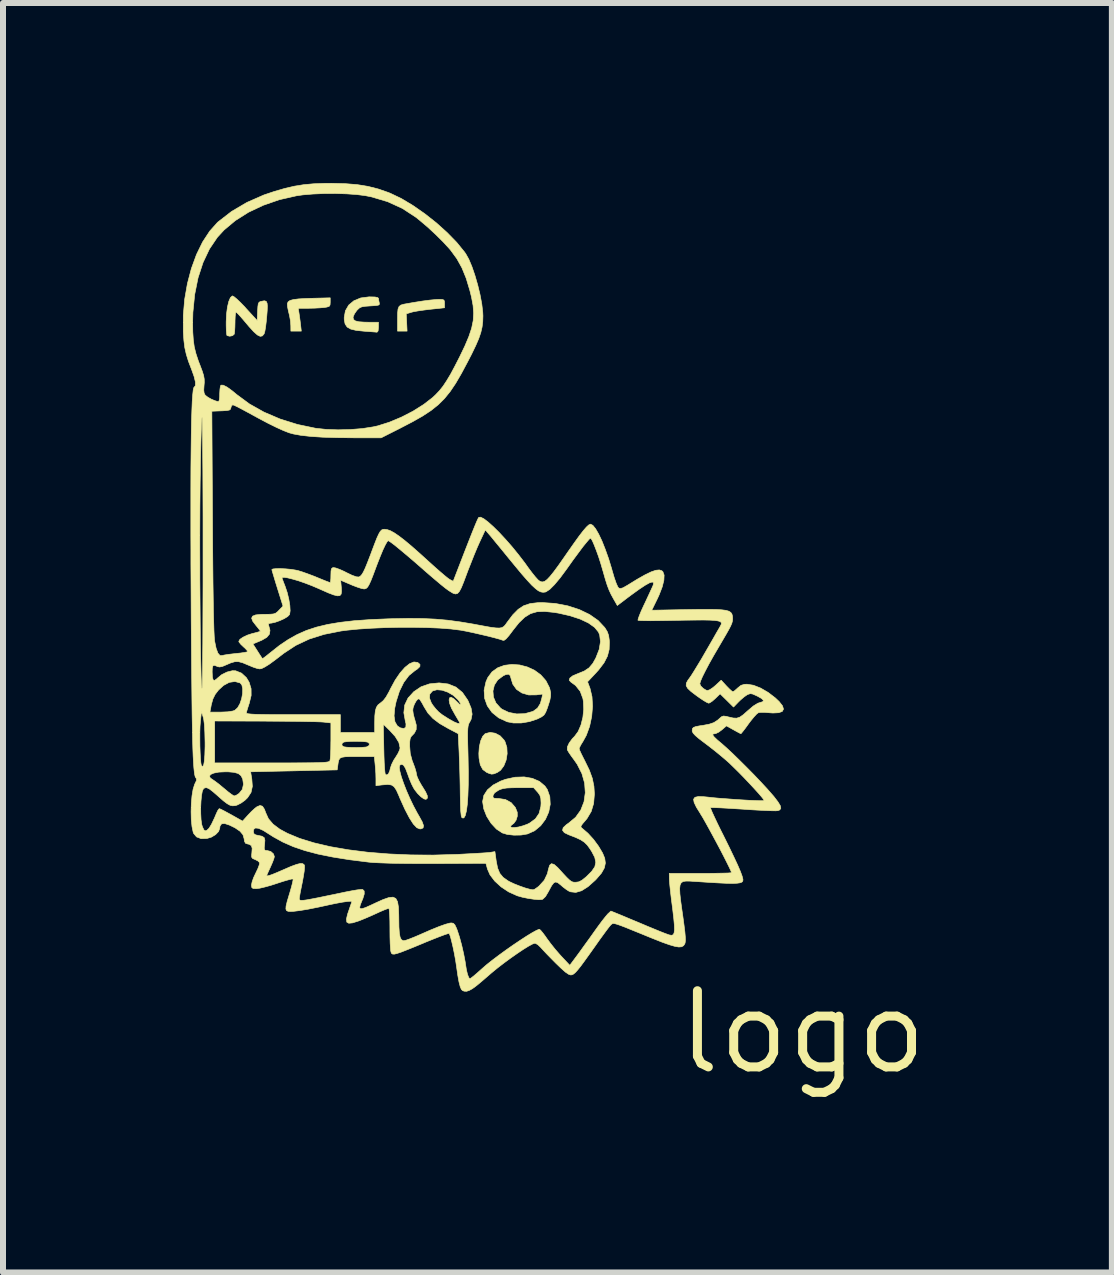
<source format=kicad_pcb>
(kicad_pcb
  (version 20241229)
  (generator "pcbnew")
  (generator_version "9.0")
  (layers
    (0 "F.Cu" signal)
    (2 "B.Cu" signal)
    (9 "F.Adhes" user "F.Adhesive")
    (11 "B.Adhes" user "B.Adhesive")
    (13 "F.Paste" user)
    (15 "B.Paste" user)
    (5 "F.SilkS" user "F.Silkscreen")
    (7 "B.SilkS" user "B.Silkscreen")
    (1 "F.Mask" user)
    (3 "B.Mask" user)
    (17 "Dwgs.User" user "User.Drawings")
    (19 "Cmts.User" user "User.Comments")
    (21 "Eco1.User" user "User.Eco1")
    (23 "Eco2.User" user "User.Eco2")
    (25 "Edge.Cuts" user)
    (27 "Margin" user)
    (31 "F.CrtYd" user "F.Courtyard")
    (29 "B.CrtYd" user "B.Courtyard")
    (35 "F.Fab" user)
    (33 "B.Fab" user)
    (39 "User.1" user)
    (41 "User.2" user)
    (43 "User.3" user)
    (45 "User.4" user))
  (footprint "logo"
    (layer "F.Cu")
    (at 10.328 14.153)
    (property "Reference" "logo" (at 0 0 0) (layer "F.SilkS") (effects (font (size 1.27 1.27) (thickness 0.15))))
    (attr through_hole)
    (fp_poly (pts (xy -5.123 -4.982) (xy -5.041 -4.938) (xy -4.975 -4.866) (xy -4.96 -4.84) (xy -4.93 -4.746) (xy -4.925 -4.641) (xy -4.942 -4.535) (xy -4.98 -4.439) (xy -5.035 -4.365) (xy -5.091 -4.327) (xy -5.146 -4.305) (xy -5.184 -4.3) (xy -5.226 -4.312) (xy -5.266 -4.329) (xy -5.331 -4.377) (xy -5.373 -4.455) (xy -5.394 -4.568) (xy -5.397 -4.645) (xy -5.389 -4.756) (xy -5.367 -4.854) (xy -5.333 -4.93) (xy -5.292 -4.974) (xy -5.291 -4.975) (xy -5.209 -4.996) (xy -5.123 -4.982)) (stroke (width 0.01) (type solid)) (fill yes) (layer "F.SilkS"))
    (fp_poly (pts (xy -6.009 -12.212) (xy -5.979 -12.202) (xy -5.97 -12.177) (xy -5.969 -12.143) (xy -5.969 -12.073) (xy -6.207 -12.048) (xy -6.312 -12.035) (xy -6.41 -12.021) (xy -6.488 -12.007) (xy -6.526 -11.997) (xy -6.607 -11.972) (xy -6.6 -11.828) (xy -6.593 -11.684) (xy -6.752 -11.684) (xy -6.752 -11.882) (xy -6.751 -11.985) (xy -6.744 -12.052) (xy -6.727 -12.094) (xy -6.698 -12.118) (xy -6.652 -12.132) (xy -6.636 -12.135) (xy -6.477 -12.163) (xy -6.331 -12.186) (xy -6.206 -12.202) (xy -6.11 -12.211) (xy -6.07 -12.213) (xy -6.009 -12.212)) (stroke (width 0.01) (type solid)) (fill yes) (layer "F.SilkS"))
    (fp_poly (pts (xy -7.874 -12.165) (xy -7.877 -12.12) (xy -7.892 -12.097) (xy -7.93 -12.085) (xy -7.972 -12.078) (xy -8.043 -12.072) (xy -8.137 -12.067) (xy -8.234 -12.065) (xy -8.239 -12.065) (xy -8.408 -12.065) (xy -8.396 -11.996) (xy -8.387 -11.935) (xy -8.376 -11.855) (xy -8.37 -11.806) (xy -8.356 -11.684) (xy -8.53 -11.684) (xy -8.531 -11.774) (xy -8.537 -11.856) (xy -8.552 -11.94) (xy -8.554 -11.949) (xy -8.572 -12.022) (xy -8.586 -12.092) (xy -8.587 -12.1) (xy -8.589 -12.141) (xy -8.576 -12.172) (xy -8.544 -12.195) (xy -8.488 -12.21) (xy -8.402 -12.221) (xy -8.282 -12.228) (xy -8.186 -12.231) (xy -7.874 -12.239) (xy -7.874 -12.165)) (stroke (width 0.01) (type solid)) (fill yes) (layer "F.SilkS"))
    (fp_poly (pts (xy -7.128 -12.253) (xy -7.082 -12.243) (xy -7.069 -12.229) (xy -7.064 -12.188) (xy -7.057 -12.157) (xy -7.054 -12.134) (xy -7.064 -12.12) (xy -7.096 -12.112) (xy -7.158 -12.107) (xy -7.208 -12.104) (xy -7.292 -12.098) (xy -7.346 -12.089) (xy -7.384 -12.073) (xy -7.416 -12.044) (xy -7.432 -12.027) (xy -7.47 -11.973) (xy -7.492 -11.921) (xy -7.493 -11.909) (xy -7.484 -11.876) (xy -7.454 -11.854) (xy -7.397 -11.84) (xy -7.308 -11.834) (xy -7.215 -11.832) (xy -7.07 -11.832) (xy -7.07 -11.748) (xy -7.076 -11.687) (xy -7.094 -11.666) (xy -7.096 -11.666) (xy -7.128 -11.669) (xy -7.191 -11.674) (xy -7.274 -11.68) (xy -7.313 -11.683) (xy -7.441 -11.696) (xy -7.532 -11.718) (xy -7.592 -11.752) (xy -7.626 -11.803) (xy -7.64 -11.873) (xy -7.641 -11.91) (xy -7.621 -12.023) (xy -7.566 -12.118) (xy -7.48 -12.19) (xy -7.366 -12.237) (xy -7.229 -12.255) (xy -7.213 -12.255) (xy -7.128 -12.253)) (stroke (width 0.01) (type solid)) (fill yes) (layer "F.SilkS"))
    (fp_poly (pts (xy -9.478 -12.258) (xy -9.431 -12.219) (xy -9.369 -12.16) (xy -9.297 -12.086) (xy -9.282 -12.068) (xy -9.091 -11.86) (xy -9.085 -12.013) (xy -9.08 -12.094) (xy -9.073 -12.141) (xy -9.059 -12.166) (xy -9.036 -12.178) (xy -9.032 -12.179) (xy -8.973 -12.19) (xy -8.942 -12.181) (xy -8.926 -12.149) (xy -8.926 -12.149) (xy -8.922 -12.105) (xy -8.924 -12.032) (xy -8.931 -11.941) (xy -8.94 -11.845) (xy -8.951 -11.755) (xy -8.963 -11.683) (xy -8.975 -11.641) (xy -8.976 -11.639) (xy -9.005 -11.604) (xy -9.041 -11.597) (xy -9.088 -11.62) (xy -9.149 -11.674) (xy -9.229 -11.762) (xy -9.261 -11.8) (xy -9.326 -11.877) (xy -9.382 -11.941) (xy -9.423 -11.984) (xy -9.444 -12.001) (xy -9.444 -12.002) (xy -9.452 -11.982) (xy -9.458 -11.93) (xy -9.461 -11.856) (xy -9.461 -11.834) (xy -9.463 -11.75) (xy -9.467 -11.68) (xy -9.473 -11.637) (xy -9.474 -11.633) (xy -9.503 -11.608) (xy -9.549 -11.599) (xy -9.59 -11.609) (xy -9.596 -11.613) (xy -9.601 -11.639) (xy -9.606 -11.698) (xy -9.608 -11.779) (xy -9.608 -11.841) (xy -9.602 -11.971) (xy -9.587 -12.086) (xy -9.565 -12.178) (xy -9.538 -12.242) (xy -9.506 -12.271) (xy -9.504 -12.271) (xy -9.478 -12.258)) (stroke (width 0.01) (type solid)) (fill yes) (layer "F.SilkS"))
    (fp_poly (pts (xy -4.717 -6.12) (xy -4.59 -6.087) (xy -4.47 -6.032) (xy -4.365 -5.955) (xy -4.28 -5.859) (xy -4.221 -5.744) (xy -4.212 -5.713) (xy -4.2 -5.655) (xy -4.201 -5.598) (xy -4.214 -5.529) (xy -4.243 -5.438) (xy -4.258 -5.394) (xy -4.284 -5.328) (xy -4.311 -5.286) (xy -4.351 -5.255) (xy -4.417 -5.222) (xy -4.426 -5.218) (xy -4.553 -5.176) (xy -4.691 -5.153) (xy -4.823 -5.153) (xy -4.925 -5.173) (xy -5.066 -5.238) (xy -5.177 -5.328) (xy -5.256 -5.439) (xy -5.301 -5.565) (xy -5.308 -5.686) (xy -5.162 -5.686) (xy -5.154 -5.585) (xy -5.112 -5.487) (xy -5.037 -5.403) (xy -5.01 -5.382) (xy -4.898 -5.329) (xy -4.767 -5.304) (xy -4.632 -5.308) (xy -4.506 -5.343) (xy -4.487 -5.351) (xy -4.419 -5.401) (xy -4.372 -5.477) (xy -4.347 -5.567) (xy -4.333 -5.635) (xy -4.439 -5.621) (xy -4.567 -5.62) (xy -4.678 -5.652) (xy -4.769 -5.713) (xy -4.831 -5.8) (xy -4.857 -5.883) (xy -4.874 -5.943) (xy -4.903 -5.967) (xy -4.951 -5.958) (xy -4.991 -5.939) (xy -5.081 -5.872) (xy -5.138 -5.785) (xy -5.162 -5.686) (xy -5.308 -5.686) (xy -5.309 -5.7) (xy -5.278 -5.84) (xy -5.248 -5.909) (xy -5.177 -6.005) (xy -5.082 -6.073) (xy -4.97 -6.114) (xy -4.846 -6.129) (xy -4.717 -6.12)) (stroke (width 0.01) (type solid)) (fill yes) (layer "F.SilkS"))
    (fp_poly (pts (xy -4.505 -4.23) (xy -4.387 -4.179) (xy -4.296 -4.102) (xy -4.256 -4.045) (xy -4.214 -3.925) (xy -4.207 -3.797) (xy -4.232 -3.669) (xy -4.286 -3.548) (xy -4.366 -3.441) (xy -4.467 -3.357) (xy -4.587 -3.303) (xy -4.588 -3.303) (xy -4.694 -3.285) (xy -4.812 -3.283) (xy -4.923 -3.295) (xy -5.006 -3.32) (xy -5.104 -3.385) (xy -5.193 -3.481) (xy -5.266 -3.597) (xy -5.315 -3.721) (xy -5.334 -3.842) (xy -5.334 -3.845) (xy -5.32 -3.913) (xy -5.161 -3.913) (xy -5.143 -3.899) (xy -5.098 -3.895) (xy -5.07 -3.895) (xy -4.954 -3.877) (xy -4.858 -3.825) (xy -4.789 -3.745) (xy -4.757 -3.666) (xy -4.756 -3.599) (xy -4.777 -3.531) (xy -4.814 -3.48) (xy -4.828 -3.47) (xy -4.861 -3.443) (xy -4.868 -3.425) (xy -4.85 -3.411) (xy -4.803 -3.41) (xy -4.737 -3.419) (xy -4.662 -3.439) (xy -4.59 -3.465) (xy -4.553 -3.483) (xy -4.454 -3.555) (xy -4.392 -3.647) (xy -4.363 -3.763) (xy -4.36 -3.818) (xy -4.364 -3.894) (xy -4.379 -3.946) (xy -4.411 -3.993) (xy -4.422 -4.005) (xy -4.484 -4.075) (xy -4.734 -4.075) (xy -4.85 -4.073) (xy -4.932 -4.069) (xy -4.993 -4.06) (xy -5.041 -4.045) (xy -5.069 -4.032) (xy -5.135 -3.988) (xy -5.161 -3.942) (xy -5.161 -3.913) (xy -5.32 -3.913) (xy -5.314 -3.945) (xy -5.254 -4.038) (xy -5.159 -4.119) (xy -5.032 -4.185) (xy -4.953 -4.214) (xy -4.793 -4.249) (xy -4.642 -4.254) (xy -4.505 -4.23)) (stroke (width 0.01) (type solid)) (fill yes) (layer "F.SilkS"))
    (fp_poly (pts (xy -7.624 -14.142) (xy -7.425 -14.126) (xy -7.246 -14.097) (xy -7.076 -14.054) (xy -6.903 -13.994) (xy -6.869 -13.98) (xy -6.689 -13.894) (xy -6.497 -13.779) (xy -6.3 -13.642) (xy -6.106 -13.489) (xy -5.926 -13.327) (xy -5.766 -13.163) (xy -5.636 -13.003) (xy -5.615 -12.973) (xy -5.564 -12.882) (xy -5.512 -12.758) (xy -5.462 -12.612) (xy -5.416 -12.453) (xy -5.377 -12.292) (xy -5.348 -12.137) (xy -5.332 -12) (xy -5.329 -11.938) (xy -5.332 -11.842) (xy -5.343 -11.752) (xy -5.364 -11.661) (xy -5.398 -11.561) (xy -5.448 -11.445) (xy -5.515 -11.306) (xy -5.582 -11.176) (xy -5.687 -10.979) (xy -5.783 -10.814) (xy -5.876 -10.676) (xy -5.971 -10.559) (xy -6.075 -10.456) (xy -6.194 -10.361) (xy -6.334 -10.269) (xy -6.501 -10.174) (xy -6.701 -10.07) (xy -6.714 -10.063) (xy -7.025 -9.906) (xy -7.486 -9.906) (xy -7.763 -9.909) (xy -8 -9.916) (xy -8.199 -9.929) (xy -8.361 -9.947) (xy -8.488 -9.97) (xy -8.561 -9.99) (xy -8.655 -10.027) (xy -8.77 -10.079) (xy -8.91 -10.148) (xy -9.078 -10.237) (xy -9.252 -10.332) (xy -9.341 -10.38) (xy -9.417 -10.42) (xy -9.472 -10.446) (xy -9.499 -10.456) (xy -9.499 -10.456) (xy -9.52 -10.438) (xy -9.529 -10.409) (xy -9.536 -10.384) (xy -9.554 -10.369) (xy -9.594 -10.361) (xy -9.664 -10.356) (xy -9.691 -10.355) (xy -9.847 -10.349) (xy -9.836 -8.513) (xy -9.834 -8.13) (xy -9.831 -7.789) (xy -9.828 -7.489) (xy -9.824 -7.23) (xy -9.821 -7.011) (xy -9.816 -6.832) (xy -9.812 -6.693) (xy -9.807 -6.592) (xy -9.802 -6.529) (xy -9.801 -6.519) (xy -9.776 -6.398) (xy -9.746 -6.317) (xy -9.711 -6.277) (xy -9.677 -6.277) (xy -9.641 -6.285) (xy -9.574 -6.296) (xy -9.489 -6.306) (xy -9.453 -6.31) (xy -9.368 -6.319) (xy -9.3 -6.329) (xy -9.259 -6.338) (xy -9.252 -6.341) (xy -9.259 -6.361) (xy -9.292 -6.397) (xy -9.319 -6.421) (xy -9.365 -6.465) (xy -9.369 -6.47) (xy -9.162 -6.47) (xy -9.087 -6.352) (xy -9.048 -6.291) (xy -9.018 -6.245) (xy -9.005 -6.226) (xy -8.987 -6.235) (xy -8.945 -6.266) (xy -8.887 -6.313) (xy -8.865 -6.33) (xy -8.72 -6.445) (xy -8.576 -6.542) (xy -8.429 -6.625) (xy -8.274 -6.694) (xy -8.105 -6.75) (xy -7.919 -6.795) (xy -7.711 -6.83) (xy -7.476 -6.857) (xy -7.21 -6.876) (xy -6.907 -6.889) (xy -6.837 -6.891) (xy -6.572 -6.896) (xy -6.338 -6.894) (xy -6.124 -6.884) (xy -5.918 -6.866) (xy -5.71 -6.838) (xy -5.488 -6.801) (xy -5.452 -6.794) (xy -5.306 -6.767) (xy -5.195 -6.747) (xy -5.113 -6.737) (xy -5.055 -6.735) (xy -5.013 -6.742) (xy -4.982 -6.76) (xy -4.956 -6.787) (xy -4.929 -6.826) (xy -4.926 -6.83) (xy -4.831 -6.956) (xy -4.741 -7.047) (xy -4.648 -7.108) (xy -4.542 -7.143) (xy -4.415 -7.158) (xy -4.339 -7.16) (xy -4.122 -7.145) (xy -3.914 -7.105) (xy -3.722 -7.043) (xy -3.552 -6.961) (xy -3.409 -6.861) (xy -3.301 -6.746) (xy -3.293 -6.735) (xy -3.256 -6.674) (xy -3.234 -6.612) (xy -3.223 -6.533) (xy -3.221 -6.499) (xy -3.225 -6.378) (xy -3.254 -6.266) (xy -3.311 -6.155) (xy -3.401 -6.037) (xy -3.451 -5.982) (xy -3.585 -5.839) (xy -3.544 -5.73) (xy -3.511 -5.591) (xy -3.502 -5.431) (xy -3.516 -5.262) (xy -3.551 -5.096) (xy -3.606 -4.946) (xy -3.661 -4.846) (xy -3.697 -4.788) (xy -3.72 -4.742) (xy -3.725 -4.725) (xy -3.716 -4.696) (xy -3.69 -4.639) (xy -3.653 -4.565) (xy -3.632 -4.524) (xy -3.556 -4.368) (xy -3.506 -4.231) (xy -3.479 -4.099) (xy -3.471 -3.969) (xy -3.484 -3.811) (xy -3.524 -3.678) (xy -3.594 -3.56) (xy -3.625 -3.523) (xy -3.672 -3.468) (xy -3.694 -3.435) (xy -3.694 -3.415) (xy -3.676 -3.398) (xy -3.671 -3.394) (xy -3.579 -3.315) (xy -3.486 -3.213) (xy -3.402 -3.099) (xy -3.335 -2.986) (xy -3.299 -2.899) (xy -3.288 -2.818) (xy -3.305 -2.737) (xy -3.353 -2.651) (xy -3.436 -2.554) (xy -3.458 -2.531) (xy -3.577 -2.425) (xy -3.684 -2.357) (xy -3.781 -2.329) (xy -3.87 -2.339) (xy -3.901 -2.353) (xy -3.944 -2.381) (xy -4.001 -2.425) (xy -4.028 -2.449) (xy -4.077 -2.488) (xy -4.115 -2.503) (xy -4.148 -2.488) (xy -4.183 -2.443) (xy -4.227 -2.362) (xy -4.235 -2.346) (xy -4.286 -2.26) (xy -4.332 -2.216) (xy -4.345 -2.211) (xy -4.399 -2.208) (xy -4.48 -2.215) (xy -4.575 -2.229) (xy -4.672 -2.249) (xy -4.757 -2.273) (xy -4.764 -2.276) (xy -4.901 -2.338) (xy -5.026 -2.421) (xy -5.132 -2.518) (xy -5.211 -2.622) (xy -5.253 -2.718) (xy -5.279 -2.814) (xy -6.137 -2.81) (xy -6.416 -2.81) (xy -6.659 -2.812) (xy -6.866 -2.815) (xy -7.035 -2.821) (xy -7.164 -2.827) (xy -7.228 -2.833) (xy -7.548 -2.873) (xy -7.83 -2.918) (xy -8.078 -2.968) (xy -8.297 -3.026) (xy -8.491 -3.092) (xy -8.664 -3.168) (xy -8.82 -3.254) (xy -8.883 -3.294) (xy -8.989 -3.361) (xy -9.068 -3.397) (xy -9.12 -3.403) (xy -9.148 -3.381) (xy -9.155 -3.345) (xy -9.147 -3.308) (xy -9.117 -3.288) (xy -9.08 -3.28) (xy -9.01 -3.265) (xy -8.974 -3.241) (xy -8.963 -3.198) (xy -8.968 -3.132) (xy -8.974 -3.07) (xy -8.97 -3.039) (xy -8.952 -3.028) (xy -8.926 -3.027) (xy -8.865 -3.011) (xy -8.82 -2.971) (xy -8.805 -2.925) (xy -8.814 -2.889) (xy -8.837 -2.828) (xy -8.869 -2.755) (xy -8.869 -2.755) (xy -8.9 -2.687) (xy -8.923 -2.636) (xy -8.932 -2.613) (xy -8.932 -2.612) (xy -8.924 -2.604) (xy -8.896 -2.609) (xy -8.843 -2.627) (xy -8.762 -2.66) (xy -8.649 -2.709) (xy -8.527 -2.762) (xy -8.437 -2.795) (xy -8.374 -2.811) (xy -8.334 -2.809) (xy -8.31 -2.792) (xy -8.303 -2.779) (xy -8.302 -2.745) (xy -8.308 -2.679) (xy -8.322 -2.592) (xy -8.337 -2.509) (xy -8.357 -2.411) (xy -8.374 -2.325) (xy -8.385 -2.261) (xy -8.389 -2.233) (xy -8.39 -2.218) (xy -8.387 -2.206) (xy -8.376 -2.199) (xy -8.353 -2.196) (xy -8.315 -2.198) (xy -8.257 -2.206) (xy -8.176 -2.221) (xy -8.068 -2.242) (xy -7.929 -2.271) (xy -7.755 -2.307) (xy -7.613 -2.337) (xy -7.514 -2.356) (xy -7.427 -2.371) (xy -7.364 -2.378) (xy -7.333 -2.378) (xy -7.308 -2.352) (xy -7.307 -2.302) (xy -7.331 -2.223) (xy -7.345 -2.191) (xy -7.372 -2.124) (xy -7.383 -2.08) (xy -7.375 -2.058) (xy -7.342 -2.058) (xy -7.282 -2.078) (xy -7.191 -2.119) (xy -7.123 -2.151) (xy -6.995 -2.209) (xy -6.898 -2.243) (xy -6.828 -2.25) (xy -6.781 -2.228) (xy -6.752 -2.174) (xy -6.737 -2.084) (xy -6.732 -1.957) (xy -6.731 -1.891) (xy -6.729 -1.752) (xy -6.722 -1.651) (xy -6.709 -1.582) (xy -6.689 -1.542) (xy -6.66 -1.525) (xy -6.647 -1.524) (xy -6.611 -1.532) (xy -6.547 -1.555) (xy -6.464 -1.588) (xy -6.387 -1.621) (xy -6.207 -1.7) (xy -6.062 -1.759) (xy -5.953 -1.798) (xy -5.878 -1.818) (xy -5.854 -1.82) (xy -5.822 -1.814) (xy -5.797 -1.789) (xy -5.771 -1.735) (xy -5.757 -1.699) (xy -5.72 -1.586) (xy -5.683 -1.449) (xy -5.65 -1.305) (xy -5.625 -1.174) (xy -5.619 -1.132) (xy -5.604 -1.038) (xy -5.585 -0.96) (xy -5.564 -0.908) (xy -5.546 -0.889) (xy -5.525 -0.903) (xy -5.479 -0.939) (xy -5.415 -0.994) (xy -5.341 -1.06) (xy -5.341 -1.06) (xy -5.265 -1.126) (xy -5.169 -1.202) (xy -5.059 -1.285) (xy -4.942 -1.37) (xy -4.822 -1.454) (xy -4.706 -1.532) (xy -4.6 -1.601) (xy -4.508 -1.657) (xy -4.437 -1.696) (xy -4.393 -1.714) (xy -4.387 -1.714) (xy -4.367 -1.698) (xy -4.331 -1.655) (xy -4.284 -1.592) (xy -4.266 -1.565) (xy -4.201 -1.477) (xy -4.122 -1.378) (xy -4.041 -1.285) (xy -4.022 -1.264) (xy -3.881 -1.114) (xy -3.764 -1.271) (xy -3.706 -1.35) (xy -3.633 -1.452) (xy -3.553 -1.562) (xy -3.477 -1.669) (xy -3.473 -1.675) (xy -3.406 -1.768) (xy -3.343 -1.853) (xy -3.29 -1.92) (xy -3.254 -1.963) (xy -3.248 -1.97) (xy -3.196 -2.018) (xy -3.053 -1.96) (xy -2.983 -1.931) (xy -2.884 -1.889) (xy -2.768 -1.841) (xy -2.647 -1.79) (xy -2.593 -1.767) (xy -2.481 -1.721) (xy -2.379 -1.679) (xy -2.295 -1.646) (xy -2.237 -1.625) (xy -2.218 -1.619) (xy -2.183 -1.614) (xy -2.158 -1.624) (xy -2.143 -1.652) (xy -2.136 -1.703) (xy -2.138 -1.781) (xy -2.148 -1.891) (xy -2.165 -2.037) (xy -2.171 -2.085) (xy -2.188 -2.214) (xy -2.202 -2.335) (xy -2.213 -2.439) (xy -2.22 -2.517) (xy -2.222 -2.556) (xy -2.223 -2.646) (xy -1.704 -2.646) (xy -1.561 -2.646) (xy -1.433 -2.648) (xy -1.326 -2.65) (xy -1.245 -2.652) (xy -1.197 -2.656) (xy -1.185 -2.658) (xy -1.195 -2.686) (xy -1.222 -2.744) (xy -1.263 -2.827) (xy -1.314 -2.928) (xy -1.373 -3.042) (xy -1.437 -3.162) (xy -1.501 -3.281) (xy -1.563 -3.395) (xy -1.619 -3.496) (xy -1.666 -3.579) (xy -1.702 -3.637) (xy -1.703 -3.64) (xy -1.771 -3.749) (xy -1.809 -3.829) (xy -1.818 -3.882) (xy -1.795 -3.914) (xy -1.739 -3.927) (xy -1.648 -3.924) (xy -1.584 -3.918) (xy -1.495 -3.908) (xy -1.385 -3.898) (xy -1.263 -3.889) (xy -1.134 -3.879) (xy -1.007 -3.871) (xy -0.889 -3.864) (xy -0.786 -3.86) (xy -0.706 -3.857) (xy -0.656 -3.857) (xy -0.642 -3.859) (xy -0.651 -3.879) (xy -0.685 -3.922) (xy -0.74 -3.986) (xy -0.81 -4.063) (xy -0.891 -4.15) (xy -0.977 -4.241) (xy -1.064 -4.33) (xy -1.148 -4.413) (xy -1.222 -4.485) (xy -1.268 -4.526) (xy -1.355 -4.6) (xy -1.461 -4.687) (xy -1.57 -4.772) (xy -1.635 -4.821) (xy -1.727 -4.891) (xy -1.788 -4.943) (xy -1.824 -4.982) (xy -1.84 -5.012) (xy -1.841 -5.026) (xy -1.838 -5.057) (xy -1.82 -5.078) (xy -1.781 -5.093) (xy -1.713 -5.106) (xy -1.662 -5.113) (xy -1.557 -5.133) (xy -1.48 -5.159) (xy -1.418 -5.199) (xy -1.391 -5.223) (xy -1.352 -5.257) (xy -1.319 -5.269) (xy -1.272 -5.263) (xy -1.238 -5.254) (xy -1.159 -5.236) (xy -1.1 -5.233) (xy -1.047 -5.25) (xy -0.99 -5.29) (xy -0.918 -5.354) (xy -0.823 -5.435) (xy -0.747 -5.482) (xy -0.709 -5.494) (xy -0.662 -5.509) (xy -0.654 -5.53) (xy -0.683 -5.56) (xy -0.752 -5.599) (xy -0.773 -5.609) (xy -0.832 -5.635) (xy -0.871 -5.642) (xy -0.907 -5.631) (xy -0.925 -5.623) (xy -0.974 -5.589) (xy -1.034 -5.538) (xy -1.068 -5.505) (xy -1.152 -5.418) (xy -1.264 -5.529) (xy -1.376 -5.639) (xy -1.456 -5.561) (xy -1.507 -5.516) (xy -1.55 -5.488) (xy -1.567 -5.483) (xy -1.596 -5.495) (xy -1.651 -5.527) (xy -1.721 -5.574) (xy -1.773 -5.611) (xy -1.861 -5.678) (xy -1.916 -5.73) (xy -1.941 -5.774) (xy -1.939 -5.817) (xy -1.912 -5.866) (xy -1.886 -5.901) (xy -1.856 -5.944) (xy -1.81 -6.017) (xy -1.752 -6.112) (xy -1.686 -6.221) (xy -1.618 -6.339) (xy -1.618 -6.339) (xy -1.551 -6.455) (xy -1.49 -6.561) (xy -1.439 -6.651) (xy -1.4 -6.718) (xy -1.378 -6.756) (xy -1.378 -6.757) (xy -1.362 -6.785) (xy -1.354 -6.809) (xy -1.358 -6.828) (xy -1.375 -6.843) (xy -1.41 -6.854) (xy -1.466 -6.862) (xy -1.546 -6.867) (xy -1.654 -6.869) (xy -1.792 -6.868) (xy -1.965 -6.866) (xy -2.175 -6.862) (xy -2.291 -6.86) (xy -2.423 -6.858) (xy -2.541 -6.857) (xy -2.638 -6.858) (xy -2.707 -6.86) (xy -2.742 -6.864) (xy -2.745 -6.865) (xy -2.741 -6.888) (xy -2.722 -6.942) (xy -2.69 -7.02) (xy -2.647 -7.114) (xy -2.63 -7.149) (xy -2.583 -7.25) (xy -2.542 -7.338) (xy -2.51 -7.408) (xy -2.492 -7.449) (xy -2.49 -7.455) (xy -2.486 -7.491) (xy -2.506 -7.503) (xy -2.552 -7.489) (xy -2.624 -7.449) (xy -2.725 -7.382) (xy -2.855 -7.288) (xy -2.926 -7.235) (xy -3.089 -7.111) (xy -3.153 -7.223) (xy -3.193 -7.296) (xy -3.226 -7.367) (xy -3.257 -7.448) (xy -3.289 -7.549) (xy -3.326 -7.679) (xy -3.332 -7.699) (xy -3.365 -7.812) (xy -3.401 -7.924) (xy -3.439 -8.029) (xy -3.474 -8.119) (xy -3.504 -8.188) (xy -3.527 -8.227) (xy -3.535 -8.234) (xy -3.557 -8.217) (xy -3.599 -8.168) (xy -3.661 -8.092) (xy -3.737 -7.99) (xy -3.828 -7.867) (xy -3.928 -7.726) (xy -3.936 -7.715) (xy -4.044 -7.569) (xy -4.138 -7.457) (xy -4.215 -7.38) (xy -4.276 -7.34) (xy -4.289 -7.335) (xy -4.326 -7.331) (xy -4.363 -7.337) (xy -4.406 -7.357) (xy -4.455 -7.395) (xy -4.516 -7.451) (xy -4.59 -7.531) (xy -4.682 -7.636) (xy -4.793 -7.77) (xy -4.896 -7.895) (xy -4.982 -8.001) (xy -5.064 -8.101) (xy -5.135 -8.187) (xy -5.19 -8.255) (xy -5.225 -8.296) (xy -5.226 -8.297) (xy -5.289 -8.371) (xy -5.383 -8.17) (xy -5.424 -8.078) (xy -5.474 -7.958) (xy -5.527 -7.824) (xy -5.58 -7.69) (xy -5.6 -7.636) (xy -5.649 -7.505) (xy -5.688 -7.409) (xy -5.721 -7.346) (xy -5.752 -7.312) (xy -5.785 -7.303) (xy -5.825 -7.314) (xy -5.875 -7.344) (xy -5.907 -7.365) (xy -5.952 -7.398) (xy -6.022 -7.454) (xy -6.11 -7.528) (xy -6.21 -7.613) (xy -6.315 -7.704) (xy -6.329 -7.717) (xy -6.471 -7.841) (xy -6.599 -7.95) (xy -6.709 -8.042) (xy -6.798 -8.115) (xy -6.863 -8.164) (xy -6.902 -8.189) (xy -6.909 -8.191) (xy -6.927 -8.172) (xy -6.957 -8.119) (xy -6.996 -8.037) (xy -7.04 -7.931) (xy -7.088 -7.809) (xy -7.111 -7.748) (xy -7.159 -7.619) (xy -7.196 -7.525) (xy -7.226 -7.46) (xy -7.25 -7.419) (xy -7.273 -7.397) (xy -7.297 -7.388) (xy -7.312 -7.387) (xy -7.354 -7.395) (xy -7.422 -7.417) (xy -7.504 -7.448) (xy -7.531 -7.46) (xy -7.7 -7.532) (xy -7.689 -7.41) (xy -7.686 -7.345) (xy -7.692 -7.301) (xy -7.713 -7.276) (xy -7.753 -7.272) (xy -7.815 -7.287) (xy -7.905 -7.321) (xy -8.027 -7.375) (xy -8.072 -7.395) (xy -8.18 -7.441) (xy -8.292 -7.484) (xy -8.401 -7.522) (xy -8.501 -7.551) (xy -8.585 -7.572) (xy -8.645 -7.581) (xy -8.676 -7.576) (xy -8.678 -7.571) (xy -8.671 -7.55) (xy -8.653 -7.5) (xy -8.627 -7.434) (xy -8.591 -7.327) (xy -8.564 -7.215) (xy -8.547 -7.111) (xy -8.542 -7.023) (xy -8.551 -6.963) (xy -8.553 -6.959) (xy -8.584 -6.927) (xy -8.643 -6.891) (xy -8.718 -6.857) (xy -8.795 -6.83) (xy -8.862 -6.816) (xy -8.876 -6.816) (xy -8.904 -6.806) (xy -8.9 -6.779) (xy -8.878 -6.698) (xy -8.887 -6.634) (xy -8.932 -6.58) (xy -9.015 -6.532) (xy -9.046 -6.519) (xy -9.162 -6.47) (xy -9.369 -6.47) (xy -9.394 -6.502) (xy -9.398 -6.514) (xy -9.379 -6.547) (xy -9.328 -6.582) (xy -9.255 -6.617) (xy -9.169 -6.645) (xy -9.15 -6.649) (xy -9.088 -6.665) (xy -9.047 -6.678) (xy -9.038 -6.683) (xy -9.051 -6.703) (xy -9.083 -6.744) (xy -9.112 -6.779) (xy -9.165 -6.848) (xy -9.184 -6.899) (xy -9.169 -6.933) (xy -9.117 -6.954) (xy -9.027 -6.963) (xy -8.964 -6.964) (xy -8.878 -6.965) (xy -8.822 -6.97) (xy -8.785 -6.982) (xy -8.753 -7.006) (xy -8.727 -7.033) (xy -8.661 -7.101) (xy -8.754 -7.398) (xy -8.787 -7.504) (xy -8.814 -7.595) (xy -8.835 -7.664) (xy -8.846 -7.704) (xy -8.847 -7.71) (xy -8.828 -7.72) (xy -8.777 -7.725) (xy -8.705 -7.726) (xy -8.62 -7.722) (xy -8.533 -7.714) (xy -8.455 -7.702) (xy -8.415 -7.694) (xy -8.34 -7.671) (xy -8.242 -7.636) (xy -8.138 -7.597) (xy -8.09 -7.577) (xy -8.005 -7.542) (xy -7.935 -7.514) (xy -7.889 -7.497) (xy -7.875 -7.493) (xy -7.868 -7.512) (xy -7.864 -7.562) (xy -7.863 -7.615) (xy -7.861 -7.684) (xy -7.854 -7.722) (xy -7.837 -7.739) (xy -7.819 -7.743) (xy -7.781 -7.736) (xy -7.717 -7.713) (xy -7.639 -7.678) (xy -7.609 -7.662) (xy -7.511 -7.615) (xy -7.438 -7.589) (xy -7.398 -7.586) (xy -7.374 -7.598) (xy -7.35 -7.623) (xy -7.323 -7.666) (xy -7.291 -7.733) (xy -7.252 -7.829) (xy -7.202 -7.958) (xy -7.184 -8.007) (xy -7.134 -8.139) (xy -7.096 -8.236) (xy -7.065 -8.303) (xy -7.04 -8.346) (xy -7.017 -8.37) (xy -6.994 -8.38) (xy -6.973 -8.382) (xy -6.925 -8.376) (xy -6.871 -8.357) (xy -6.807 -8.322) (xy -6.729 -8.269) (xy -6.634 -8.196) (xy -6.519 -8.1) (xy -6.381 -7.978) (xy -6.223 -7.835) (xy -6.128 -7.749) (xy -6.04 -7.672) (xy -5.965 -7.608) (xy -5.909 -7.563) (xy -5.881 -7.544) (xy -5.824 -7.515) (xy -5.724 -7.774) (xy -5.639 -7.994) (xy -5.568 -8.176) (xy -5.51 -8.323) (xy -5.465 -8.434) (xy -5.432 -8.513) (xy -5.409 -8.562) (xy -5.398 -8.58) (xy -5.367 -8.583) (xy -5.313 -8.556) (xy -5.242 -8.502) (xy -5.156 -8.425) (xy -5.059 -8.329) (xy -4.954 -8.216) (xy -4.845 -8.092) (xy -4.736 -7.958) (xy -4.63 -7.82) (xy -4.574 -7.741) (xy -4.514 -7.661) (xy -4.458 -7.591) (xy -4.413 -7.541) (xy -4.392 -7.523) (xy -4.362 -7.507) (xy -4.331 -7.504) (xy -4.297 -7.515) (xy -4.258 -7.545) (xy -4.209 -7.597) (xy -4.148 -7.673) (xy -4.072 -7.776) (xy -3.978 -7.91) (xy -3.915 -8.001) (xy -3.809 -8.152) (xy -3.724 -8.27) (xy -3.656 -8.358) (xy -3.604 -8.418) (xy -3.566 -8.453) (xy -3.538 -8.466) (xy -3.535 -8.467) (xy -3.497 -8.447) (xy -3.451 -8.39) (xy -3.4 -8.302) (xy -3.345 -8.186) (xy -3.29 -8.047) (xy -3.234 -7.89) (xy -3.182 -7.719) (xy -3.176 -7.696) (xy -3.141 -7.577) (xy -3.109 -7.485) (xy -3.082 -7.424) (xy -3.065 -7.401) (xy -3.036 -7.394) (xy -2.994 -7.406) (xy -2.931 -7.442) (xy -2.917 -7.45) (xy -2.758 -7.548) (xy -2.629 -7.621) (xy -2.526 -7.671) (xy -2.448 -7.698) (xy -2.389 -7.704) (xy -2.347 -7.69) (xy -2.33 -7.675) (xy -2.309 -7.618) (xy -2.313 -7.532) (xy -2.341 -7.42) (xy -2.392 -7.288) (xy -2.418 -7.231) (xy -2.515 -7.032) (xy -1.929 -7.043) (xy -1.731 -7.046) (xy -1.57 -7.046) (xy -1.444 -7.045) (xy -1.348 -7.039) (xy -1.277 -7.03) (xy -1.228 -7.015) (xy -1.197 -6.995) (xy -1.179 -6.969) (xy -1.17 -6.936) (xy -1.168 -6.917) (xy -1.167 -6.885) (xy -1.17 -6.853) (xy -1.18 -6.816) (xy -1.2 -6.769) (xy -1.233 -6.706) (xy -1.28 -6.623) (xy -1.345 -6.512) (xy -1.403 -6.413) (xy -1.486 -6.271) (xy -1.56 -6.139) (xy -1.622 -6.021) (xy -1.671 -5.923) (xy -1.702 -5.85) (xy -1.714 -5.808) (xy -1.714 -5.806) (xy -1.698 -5.769) (xy -1.657 -5.729) (xy -1.61 -5.7) (xy -1.583 -5.694) (xy -1.547 -5.708) (xy -1.495 -5.743) (xy -1.451 -5.78) (xy -1.358 -5.866) (xy -1.269 -5.769) (xy -1.22 -5.719) (xy -1.181 -5.684) (xy -1.163 -5.673) (xy -1.139 -5.686) (xy -1.099 -5.721) (xy -1.083 -5.736) (xy -1.028 -5.78) (xy -0.97 -5.797) (xy -0.928 -5.799) (xy -0.821 -5.782) (xy -0.701 -5.735) (xy -0.575 -5.662) (xy -0.455 -5.57) (xy -0.392 -5.51) (xy -0.336 -5.439) (xy -0.319 -5.384) (xy -0.34 -5.345) (xy -0.399 -5.324) (xy -0.496 -5.319) (xy -0.551 -5.323) (xy -0.63 -5.329) (xy -0.698 -5.329) (xy -0.736 -5.325) (xy -0.766 -5.303) (xy -0.811 -5.254) (xy -0.866 -5.187) (xy -0.899 -5.143) (xy -0.951 -5.071) (xy -0.994 -5.015) (xy -1.022 -4.981) (xy -1.029 -4.974) (xy -1.051 -4.984) (xy -1.098 -5.009) (xy -1.154 -5.04) (xy -1.27 -5.105) (xy -1.345 -5.04) (xy -1.399 -5) (xy -1.447 -4.977) (xy -1.461 -4.974) (xy -1.493 -4.969) (xy -1.498 -4.952) (xy -1.474 -4.92) (xy -1.421 -4.869) (xy -1.349 -4.809) (xy -1.271 -4.74) (xy -1.172 -4.648) (xy -1.058 -4.537) (xy -0.936 -4.416) (xy -0.813 -4.291) (xy -0.697 -4.169) (xy -0.593 -4.057) (xy -0.509 -3.961) (xy -0.48 -3.928) (xy -0.412 -3.839) (xy -0.373 -3.775) (xy -0.364 -3.732) (xy -0.381 -3.704) (xy -0.413 -3.692) (xy -0.448 -3.689) (xy -0.519 -3.69) (xy -0.62 -3.694) (xy -0.743 -3.7) (xy -0.883 -3.708) (xy -0.995 -3.716) (xy -1.141 -3.725) (xy -1.271 -3.733) (xy -1.382 -3.739) (xy -1.467 -3.742) (xy -1.52 -3.743) (xy -1.536 -3.741) (xy -1.53 -3.72) (xy -1.508 -3.666) (xy -1.471 -3.586) (xy -1.423 -3.484) (xy -1.365 -3.365) (xy -1.325 -3.286) (xy -1.225 -3.084) (xy -1.145 -2.917) (xy -1.082 -2.782) (xy -1.037 -2.677) (xy -1.009 -2.601) (xy -0.996 -2.55) (xy -0.995 -2.537) (xy -0.999 -2.516) (xy -1.014 -2.5) (xy -1.044 -2.489) (xy -1.092 -2.482) (xy -1.162 -2.479) (xy -1.258 -2.48) (xy -1.385 -2.486) (xy -1.545 -2.495) (xy -1.742 -2.508) (xy -1.793 -2.511) (xy -1.877 -2.517) (xy -1.943 -2.518) (xy -1.991 -2.511) (xy -2.024 -2.49) (xy -2.043 -2.452) (xy -2.05 -2.392) (xy -2.046 -2.306) (xy -2.033 -2.189) (xy -2.012 -2.036) (xy -1.997 -1.932) (xy -1.977 -1.784) (xy -1.963 -1.671) (xy -1.956 -1.589) (xy -1.954 -1.532) (xy -1.958 -1.493) (xy -1.964 -1.472) (xy -1.985 -1.441) (xy -2.017 -1.423) (xy -2.064 -1.419) (xy -2.13 -1.43) (xy -2.22 -1.456) (xy -2.339 -1.498) (xy -2.49 -1.558) (xy -2.54 -1.578) (xy -2.711 -1.648) (xy -2.847 -1.703) (xy -2.952 -1.746) (xy -3.031 -1.776) (xy -3.088 -1.796) (xy -3.127 -1.807) (xy -3.153 -1.811) (xy -3.17 -1.808) (xy -3.182 -1.801) (xy -3.194 -1.79) (xy -3.196 -1.789) (xy -3.22 -1.761) (xy -3.264 -1.704) (xy -3.322 -1.625) (xy -3.391 -1.53) (xy -3.452 -1.443) (xy -3.555 -1.298) (xy -3.637 -1.184) (xy -3.701 -1.097) (xy -3.751 -1.035) (xy -3.789 -0.993) (xy -3.819 -0.968) (xy -3.844 -0.956) (xy -3.866 -0.953) (xy -3.902 -0.965) (xy -3.956 -1.002) (xy -4.031 -1.069) (xy -4.113 -1.148) (xy -4.193 -1.229) (xy -4.267 -1.305) (xy -4.327 -1.369) (xy -4.365 -1.411) (xy -4.367 -1.413) (xy -4.412 -1.456) (xy -4.453 -1.48) (xy -4.463 -1.482) (xy -4.502 -1.469) (xy -4.567 -1.434) (xy -4.653 -1.381) (xy -4.753 -1.314) (xy -4.863 -1.237) (xy -4.975 -1.155) (xy -5.084 -1.071) (xy -5.183 -0.99) (xy -5.228 -0.951) (xy -5.344 -0.851) (xy -5.434 -0.776) (xy -5.503 -0.725) (xy -5.557 -0.695) (xy -5.6 -0.681) (xy -5.637 -0.682) (xy -5.666 -0.691) (xy -5.688 -0.712) (xy -5.708 -0.759) (xy -5.728 -0.836) (xy -5.748 -0.947) (xy -5.767 -1.079) (xy -5.784 -1.193) (xy -5.805 -1.309) (xy -5.828 -1.42) (xy -5.851 -1.517) (xy -5.871 -1.593) (xy -5.888 -1.638) (xy -5.893 -1.645) (xy -5.915 -1.641) (xy -5.97 -1.623) (xy -6.053 -1.592) (xy -6.157 -1.551) (xy -6.276 -1.503) (xy -6.323 -1.483) (xy -6.48 -1.418) (xy -6.602 -1.369) (xy -6.694 -1.333) (xy -6.76 -1.311) (xy -6.805 -1.3) (xy -6.834 -1.301) (xy -6.851 -1.311) (xy -6.86 -1.331) (xy -6.866 -1.355) (xy -6.87 -1.401) (xy -6.875 -1.479) (xy -6.878 -1.58) (xy -6.879 -1.694) (xy -6.879 -1.737) (xy -6.88 -1.848) (xy -6.883 -1.943) (xy -6.888 -2.014) (xy -6.893 -2.055) (xy -6.896 -2.061) (xy -6.921 -2.057) (xy -6.974 -2.037) (xy -7.047 -2.006) (xy -7.092 -1.985) (xy -7.191 -1.94) (xy -7.296 -1.895) (xy -7.387 -1.858) (xy -7.406 -1.851) (xy -7.502 -1.821) (xy -7.565 -1.815) (xy -7.598 -1.834) (xy -7.604 -1.884) (xy -7.585 -1.966) (xy -7.565 -2.024) (xy -7.541 -2.095) (xy -7.522 -2.149) (xy -7.514 -2.174) (xy -7.514 -2.175) (xy -7.534 -2.182) (xy -7.588 -2.178) (xy -7.672 -2.166) (xy -7.78 -2.146) (xy -7.876 -2.126) (xy -8.073 -2.083) (xy -8.243 -2.049) (xy -8.383 -2.026) (xy -8.489 -2.013) (xy -8.535 -2.011) (xy -8.576 -2.014) (xy -8.602 -2.026) (xy -8.613 -2.053) (xy -8.61 -2.101) (xy -8.592 -2.176) (xy -8.56 -2.284) (xy -8.548 -2.323) (xy -8.522 -2.413) (xy -8.503 -2.487) (xy -8.493 -2.537) (xy -8.494 -2.553) (xy -8.518 -2.552) (xy -8.573 -2.538) (xy -8.653 -2.515) (xy -8.749 -2.484) (xy -8.763 -2.479) (xy -8.869 -2.445) (xy -8.968 -2.418) (xy -9.049 -2.399) (xy -9.102 -2.392) (xy -9.103 -2.392) (xy -9.157 -2.394) (xy -9.18 -2.408) (xy -9.186 -2.443) (xy -9.186 -2.455) (xy -9.176 -2.505) (xy -9.151 -2.576) (xy -9.114 -2.654) (xy -9.113 -2.656) (xy -9.079 -2.728) (xy -9.057 -2.787) (xy -9.051 -2.823) (xy -9.051 -2.825) (xy -9.078 -2.852) (xy -9.126 -2.877) (xy -9.127 -2.877) (xy -9.167 -2.894) (xy -9.184 -2.918) (xy -9.183 -2.962) (xy -9.18 -2.99) (xy -9.175 -3.065) (xy -9.189 -3.109) (xy -9.225 -3.131) (xy -9.25 -3.136) (xy -9.286 -3.148) (xy -9.303 -3.18) (xy -9.309 -3.223) (xy -9.328 -3.289) (xy -9.377 -3.348) (xy -9.46 -3.405) (xy -9.554 -3.451) (xy -9.633 -3.477) (xy -9.685 -3.472) (xy -9.711 -3.435) (xy -9.716 -3.397) (xy -9.735 -3.344) (xy -9.785 -3.292) (xy -9.855 -3.25) (xy -9.928 -3.228) (xy -10.026 -3.225) (xy -10.102 -3.254) (xy -10.15 -3.311) (xy -10.158 -3.331) (xy -10.178 -3.426) (xy -10.19 -3.544) (xy -10.193 -3.676) (xy -10.191 -3.746) (xy -10.033 -3.746) (xy -10.032 -3.64) (xy -10.027 -3.541) (xy -10.016 -3.462) (xy -10.004 -3.422) (xy -9.98 -3.372) (xy -9.959 -3.355) (xy -9.93 -3.364) (xy -9.93 -3.364) (xy -9.894 -3.398) (xy -9.853 -3.465) (xy -9.803 -3.57) (xy -9.771 -3.646) (xy -9.747 -3.696) (xy -9.726 -3.723) (xy -9.722 -3.725) (xy -9.697 -3.715) (xy -9.645 -3.689) (xy -9.573 -3.65) (xy -9.52 -3.621) (xy -9.335 -3.517) (xy -9.245 -3.617) (xy -9.187 -3.678) (xy -9.13 -3.73) (xy -9.096 -3.756) (xy -9.044 -3.778) (xy -9.003 -3.765) (xy -8.97 -3.714) (xy -8.95 -3.659) (xy -8.904 -3.557) (xy -8.826 -3.466) (xy -8.714 -3.382) (xy -8.586 -3.313) (xy -8.384 -3.229) (xy -8.144 -3.155) (xy -7.871 -3.091) (xy -7.569 -3.039) (xy -7.243 -2.998) (xy -6.896 -2.97) (xy -6.533 -2.954) (xy -6.158 -2.951) (xy -5.775 -2.962) (xy -5.76 -2.962) (xy -5.615 -2.97) (xy -5.481 -2.977) (xy -5.365 -2.984) (xy -5.273 -2.99) (xy -5.212 -2.995) (xy -5.195 -2.998) (xy -5.129 -3.009) (xy -5.107 -2.85) (xy -5.084 -2.733) (xy -5.048 -2.647) (xy -4.993 -2.58) (xy -4.911 -2.522) (xy -4.886 -2.508) (xy -4.812 -2.473) (xy -4.721 -2.437) (xy -4.628 -2.404) (xy -4.546 -2.381) (xy -4.493 -2.372) (xy -4.463 -2.384) (xy -4.416 -2.417) (xy -4.392 -2.437) (xy -4.306 -2.532) (xy -4.254 -2.642) (xy -4.237 -2.716) (xy -4.217 -2.782) (xy -4.187 -2.808) (xy -4.144 -2.796) (xy -4.086 -2.746) (xy -4.07 -2.729) (xy -3.989 -2.64) (xy -3.93 -2.577) (xy -3.887 -2.536) (xy -3.855 -2.512) (xy -3.828 -2.501) (xy -3.8 -2.498) (xy -3.783 -2.498) (xy -3.731 -2.505) (xy -3.678 -2.532) (xy -3.612 -2.585) (xy -3.604 -2.592) (xy -3.516 -2.68) (xy -3.464 -2.756) (xy -3.448 -2.831) (xy -3.465 -2.913) (xy -3.516 -3.011) (xy -3.545 -3.056) (xy -3.59 -3.118) (xy -3.639 -3.166) (xy -3.7 -3.206) (xy -3.783 -3.245) (xy -3.897 -3.289) (xy -3.9 -3.29) (xy -3.972 -3.325) (xy -4.002 -3.364) (xy -3.991 -3.408) (xy -3.938 -3.458) (xy -3.902 -3.483) (xy -3.784 -3.581) (xy -3.698 -3.701) (xy -3.644 -3.84) (xy -3.623 -3.991) (xy -3.634 -4.15) (xy -3.679 -4.309) (xy -3.758 -4.465) (xy -3.807 -4.535) (xy -3.857 -4.603) (xy -3.898 -4.663) (xy -3.921 -4.703) (xy -3.923 -4.707) (xy -3.921 -4.755) (xy -3.891 -4.82) (xy -3.839 -4.891) (xy -3.801 -4.93) (xy -3.742 -5.01) (xy -3.695 -5.119) (xy -3.663 -5.247) (xy -3.649 -5.382) (xy -3.655 -5.513) (xy -3.662 -5.558) (xy -3.707 -5.68) (xy -3.785 -5.778) (xy -3.863 -5.835) (xy -3.891 -5.866) (xy -3.88 -5.901) (xy -3.832 -5.939) (xy -3.75 -5.974) (xy -3.747 -5.975) (xy -3.639 -6.019) (xy -3.56 -6.072) (xy -3.498 -6.145) (xy -3.447 -6.236) (xy -3.391 -6.379) (xy -3.37 -6.508) (xy -3.383 -6.619) (xy -3.403 -6.668) (xy -3.468 -6.747) (xy -3.571 -6.82) (xy -3.709 -6.885) (xy -3.877 -6.94) (xy -4.071 -6.984) (xy -4.146 -6.996) (xy -4.3 -7.012) (xy -4.427 -7.007) (xy -4.535 -6.976) (xy -4.632 -6.916) (xy -4.728 -6.824) (xy -4.83 -6.696) (xy -4.831 -6.694) (xy -4.896 -6.608) (xy -4.943 -6.555) (xy -4.975 -6.531) (xy -4.993 -6.53) (xy -5.05 -6.549) (xy -5.137 -6.573) (xy -5.247 -6.601) (xy -5.367 -6.629) (xy -5.489 -6.657) (xy -5.602 -6.681) (xy -5.697 -6.699) (xy -5.713 -6.701) (xy -5.863 -6.72) (xy -6.048 -6.734) (xy -6.257 -6.743) (xy -6.485 -6.747) (xy -6.721 -6.747) (xy -6.959 -6.742) (xy -7.189 -6.732) (xy -7.404 -6.718) (xy -7.596 -6.699) (xy -7.694 -6.686) (xy -7.975 -6.63) (xy -8.225 -6.551) (xy -8.448 -6.446) (xy -8.649 -6.314) (xy -8.668 -6.299) (xy -8.793 -6.203) (xy -8.89 -6.132) (xy -8.964 -6.086) (xy -9.017 -6.06) (xy -9.05 -6.054) (xy -9.093 -6.062) (xy -9.159 -6.084) (xy -9.236 -6.116) (xy -9.239 -6.117) (xy -9.332 -6.156) (xy -9.403 -6.175) (xy -9.465 -6.174) (xy -9.533 -6.154) (xy -9.596 -6.127) (xy -9.669 -6.096) (xy -9.718 -6.086) (xy -9.753 -6.093) (xy -9.756 -6.095) (xy -9.802 -6.114) (xy -9.829 -6.106) (xy -9.84 -6.066) (xy -9.842 -6.006) (xy -9.838 -5.919) (xy -9.826 -5.872) (xy -9.803 -5.861) (xy -9.768 -5.886) (xy -9.756 -5.898) (xy -9.683 -5.958) (xy -9.594 -6.002) (xy -9.505 -6.024) (xy -9.451 -6.023) (xy -9.353 -5.984) (xy -9.272 -5.909) (xy -9.226 -5.833) (xy -9.193 -5.725) (xy -9.192 -5.611) (xy -9.224 -5.48) (xy -9.229 -5.466) (xy -9.251 -5.398) (xy -9.267 -5.343) (xy -9.271 -5.319) (xy -9.263 -5.312) (xy -9.237 -5.306) (xy -9.19 -5.301) (xy -9.118 -5.297) (xy -9.018 -5.295) (xy -8.886 -5.293) (xy -8.719 -5.292) (xy -8.513 -5.292) (xy -8.488 -5.292) (xy -7.705 -5.292) (xy -7.705 -4.995) (xy -7.133 -4.995) (xy -7.133 -5.133) (xy -6.989 -5.133) (xy -6.981 -4.731) (xy -6.978 -4.603) (xy -6.974 -4.489) (xy -6.968 -4.396) (xy -6.962 -4.331) (xy -6.957 -4.301) (xy -6.956 -4.301) (xy -6.931 -4.285) (xy -6.904 -4.305) (xy -6.882 -4.355) (xy -6.872 -4.398) (xy -6.852 -4.459) (xy -6.815 -4.534) (xy -6.784 -4.581) (xy -6.744 -4.646) (xy -6.717 -4.705) (xy -6.71 -4.737) (xy -6.73 -4.828) (xy -6.792 -4.929) (xy -6.882 -5.028) (xy -6.989 -5.133) (xy -7.133 -5.133) (xy -7.133 -5.151) (xy -7.131 -5.27) (xy -7.122 -5.354) (xy -7.105 -5.413) (xy -7.077 -5.455) (xy -7.035 -5.488) (xy -7.033 -5.489) (xy -6.989 -5.526) (xy -6.945 -5.583) (xy -6.896 -5.669) (xy -6.868 -5.726) (xy -6.791 -5.868) (xy -6.71 -5.987) (xy -6.629 -6.079) (xy -6.551 -6.141) (xy -6.479 -6.17) (xy -6.418 -6.162) (xy -6.415 -6.161) (xy -6.378 -6.129) (xy -6.38 -6.093) (xy -6.422 -6.052) (xy -6.464 -6.024) (xy -6.562 -5.944) (xy -6.649 -5.828) (xy -6.721 -5.681) (xy -6.776 -5.508) (xy -6.799 -5.398) (xy -6.81 -5.271) (xy -6.795 -5.172) (xy -6.754 -5.103) (xy -6.704 -5.071) (xy -6.645 -5.061) (xy -6.614 -5.084) (xy -6.611 -5.138) (xy -6.622 -5.182) (xy -6.647 -5.324) (xy -6.633 -5.451) (xy -6.579 -5.565) (xy -6.577 -5.568) (xy -6.22 -5.568) (xy -6.189 -5.488) (xy -6.163 -5.448) (xy -6.113 -5.385) (xy -6.066 -5.336) (xy -6.008 -5.29) (xy -5.928 -5.239) (xy -5.896 -5.219) (xy -5.81 -5.171) (xy -5.75 -5.146) (xy -5.719 -5.145) (xy -5.715 -5.154) (xy -5.725 -5.175) (xy -5.753 -5.223) (xy -5.792 -5.289) (xy -5.802 -5.307) (xy -5.853 -5.399) (xy -5.883 -5.477) (xy -5.893 -5.536) (xy -5.885 -5.572) (xy -5.859 -5.581) (xy -5.815 -5.557) (xy -5.767 -5.512) (xy -5.721 -5.467) (xy -5.697 -5.455) (xy -5.699 -5.473) (xy -5.727 -5.517) (xy -5.749 -5.545) (xy -5.824 -5.614) (xy -5.914 -5.666) (xy -6.008 -5.699) (xy -6.095 -5.707) (xy -6.165 -5.688) (xy -6.17 -5.685) (xy -6.214 -5.635) (xy -6.22 -5.568) (xy -6.577 -5.568) (xy -6.484 -5.671) (xy -6.484 -5.672) (xy -6.36 -5.756) (xy -6.219 -5.805) (xy -6.06 -5.821) (xy -5.908 -5.803) (xy -5.779 -5.751) (xy -5.671 -5.662) (xy -5.584 -5.536) (xy -5.576 -5.521) (xy -5.526 -5.401) (xy -5.509 -5.3) (xy -5.526 -5.213) (xy -5.544 -5.178) (xy -5.558 -5.154) (xy -5.569 -5.129) (xy -5.576 -5.098) (xy -5.581 -5.056) (xy -5.584 -4.997) (xy -5.584 -4.914) (xy -5.582 -4.804) (xy -5.578 -4.66) (xy -5.576 -4.568) (xy -5.572 -4.332) (xy -5.573 -4.124) (xy -5.579 -3.946) (xy -5.589 -3.799) (xy -5.604 -3.686) (xy -5.624 -3.609) (xy -5.647 -3.57) (xy -5.674 -3.571) (xy -5.68 -3.576) (xy -5.691 -3.609) (xy -5.699 -3.683) (xy -5.704 -3.799) (xy -5.707 -3.957) (xy -5.707 -3.96) (xy -5.709 -4.114) (xy -5.713 -4.286) (xy -5.718 -4.457) (xy -5.724 -4.61) (xy -5.725 -4.647) (xy -5.741 -4.974) (xy -5.905 -5.06) (xy -6.051 -5.144) (xy -6.162 -5.228) (xy -6.246 -5.319) (xy -6.308 -5.42) (xy -6.343 -5.485) (xy -6.374 -5.534) (xy -6.392 -5.556) (xy -6.416 -5.549) (xy -6.445 -5.514) (xy -6.473 -5.462) (xy -6.493 -5.405) (xy -6.498 -5.366) (xy -6.49 -5.304) (xy -6.472 -5.232) (xy -6.467 -5.218) (xy -6.44 -5.119) (xy -6.441 -5.044) (xy -6.47 -4.985) (xy -6.493 -4.96) (xy -6.525 -4.927) (xy -6.542 -4.891) (xy -6.549 -4.839) (xy -6.55 -4.766) (xy -6.54 -4.643) (xy -6.508 -4.524) (xy -6.492 -4.484) (xy -6.463 -4.406) (xy -6.443 -4.337) (xy -6.435 -4.291) (xy -6.435 -4.291) (xy -6.423 -4.25) (xy -6.393 -4.186) (xy -6.351 -4.112) (xy -6.339 -4.094) (xy -6.284 -4.004) (xy -6.256 -3.941) (xy -6.254 -3.901) (xy -6.277 -3.88) (xy -6.279 -3.88) (xy -6.313 -3.888) (xy -6.362 -3.923) (xy -6.416 -3.976) (xy -6.466 -4.04) (xy -6.486 -4.072) (xy -6.52 -4.139) (xy -6.556 -4.226) (xy -6.584 -4.304) (xy -6.62 -4.398) (xy -6.654 -4.451) (xy -6.689 -4.464) (xy -6.715 -4.448) (xy -6.723 -4.413) (xy -6.713 -4.347) (xy -6.689 -4.256) (xy -6.651 -4.147) (xy -6.604 -4.026) (xy -6.548 -3.898) (xy -6.487 -3.771) (xy -6.423 -3.651) (xy -6.391 -3.596) (xy -6.341 -3.505) (xy -6.319 -3.442) (xy -6.326 -3.404) (xy -6.36 -3.388) (xy -6.38 -3.387) (xy -6.43 -3.407) (xy -6.489 -3.469) (xy -6.555 -3.572) (xy -6.63 -3.716) (xy -6.714 -3.902) (xy -6.73 -3.942) (xy -6.771 -4.033) (xy -6.81 -4.091) (xy -6.855 -4.12) (xy -6.917 -4.128) (xy -7.006 -4.121) (xy -7.008 -4.121) (xy -7.112 -4.108) (xy -7.112 -4.221) (xy -7.114 -4.308) (xy -7.121 -4.409) (xy -7.126 -4.463) (xy -7.139 -4.593) (xy -7.421 -4.593) (xy -7.54 -4.593) (xy -7.624 -4.59) (xy -7.68 -4.581) (xy -7.713 -4.564) (xy -7.731 -4.535) (xy -7.741 -4.493) (xy -7.746 -4.456) (xy -7.758 -4.371) (xy -8.361 -4.358) (xy -8.523 -4.354) (xy -8.678 -4.351) (xy -8.817 -4.348) (xy -8.936 -4.345) (xy -9.025 -4.343) (xy -9.08 -4.342) (xy -9.083 -4.342) (xy -9.201 -4.339) (xy -9.181 -4.22) (xy -9.172 -4.096) (xy -9.194 -3.995) (xy -9.251 -3.908) (xy -9.296 -3.864) (xy -9.36 -3.818) (xy -9.425 -3.785) (xy -9.454 -3.776) (xy -9.499 -3.772) (xy -9.543 -3.781) (xy -9.592 -3.808) (xy -9.654 -3.855) (xy -9.738 -3.929) (xy -9.747 -3.937) (xy -9.83 -4.009) (xy -9.889 -4.054) (xy -9.932 -4.074) (xy -9.964 -4.072) (xy -9.988 -4.055) (xy -10.006 -4.016) (xy -10.019 -3.944) (xy -10.028 -3.851) (xy -10.033 -3.746) (xy -10.191 -3.746) (xy -10.189 -3.81) (xy -10.178 -3.938) (xy -10.16 -4.047) (xy -10.135 -4.128) (xy -10.126 -4.147) (xy -10.103 -4.195) (xy -10.105 -4.226) (xy -10.116 -4.242) (xy -10.125 -4.26) (xy -10.127 -4.267) (xy -9.887 -4.267) (xy -9.872 -4.235) (xy -9.841 -4.214) (xy -9.797 -4.184) (xy -9.733 -4.136) (xy -9.662 -4.077) (xy -9.64 -4.059) (xy -9.574 -4.004) (xy -9.518 -3.962) (xy -9.481 -3.939) (xy -9.473 -3.937) (xy -9.439 -3.949) (xy -9.393 -3.979) (xy -9.392 -3.98) (xy -9.339 -4.046) (xy -9.32 -4.132) (xy -9.333 -4.22) (xy -9.361 -4.274) (xy -9.406 -4.31) (xy -9.476 -4.33) (xy -9.578 -4.339) (xy -9.623 -4.339) (xy -9.731 -4.334) (xy -9.813 -4.318) (xy -9.867 -4.295) (xy -9.887 -4.267) (xy -10.127 -4.267) (xy -10.133 -4.292) (xy -10.14 -4.34) (xy -10.147 -4.407) (xy -10.153 -4.493) (xy -10.159 -4.602) (xy -10.164 -4.734) (xy -10.168 -4.886) (xy -10.047 -4.886) (xy -10.046 -4.77) (xy -10.042 -4.659) (xy -10.037 -4.563) (xy -10.03 -4.488) (xy -10.022 -4.446) (xy -10.02 -4.441) (xy -10 -4.427) (xy -9.984 -4.453) (xy -9.977 -4.487) (xy -9.8 -4.487) (xy -8.847 -4.487) (xy -8.621 -4.487) (xy -8.433 -4.488) (xy -8.28 -4.489) (xy -8.159 -4.49) (xy -8.065 -4.492) (xy -7.996 -4.495) (xy -7.946 -4.499) (xy -7.913 -4.504) (xy -7.894 -4.51) (xy -7.883 -4.517) (xy -7.879 -4.524) (xy -7.873 -4.558) (xy -7.868 -4.626) (xy -7.865 -4.718) (xy -7.864 -4.807) (xy -7.68 -4.807) (xy -7.676 -4.775) (xy -7.646 -4.756) (xy -7.598 -4.749) (xy -7.522 -4.745) (xy -7.435 -4.744) (xy -7.352 -4.746) (xy -7.287 -4.751) (xy -7.265 -4.755) (xy -7.226 -4.778) (xy -7.221 -4.809) (xy -7.251 -4.834) (xy -7.288 -4.84) (xy -7.353 -4.845) (xy -7.435 -4.847) (xy -7.451 -4.847) (xy -7.534 -4.846) (xy -7.604 -4.841) (xy -7.646 -4.835) (xy -7.65 -4.834) (xy -7.68 -4.807) (xy -7.864 -4.807) (xy -7.864 -4.825) (xy -7.863 -4.858) (xy -7.863 -5.154) (xy -7.99 -5.168) (xy -8.04 -5.171) (xy -8.126 -5.174) (xy -8.244 -5.176) (xy -8.387 -5.179) (xy -8.552 -5.181) (xy -8.731 -5.182) (xy -8.92 -5.183) (xy -8.959 -5.184) (xy -9.8 -5.186) (xy -9.8 -4.487) (xy -9.977 -4.487) (xy -9.972 -4.518) (xy -9.964 -4.622) (xy -9.96 -4.763) (xy -9.96 -4.826) (xy -9.964 -4.992) (xy -9.971 -5.124) (xy -9.983 -5.218) (xy -9.991 -5.249) (xy -10.017 -5.334) (xy -9.879 -5.334) (xy -9.701 -5.334) (xy -9.58 -5.339) (xy -9.494 -5.353) (xy -9.463 -5.365) (xy -9.417 -5.407) (xy -9.379 -5.474) (xy -9.351 -5.556) (xy -9.335 -5.643) (xy -9.333 -5.723) (xy -9.347 -5.786) (xy -9.375 -5.82) (xy -9.462 -5.844) (xy -9.557 -5.83) (xy -9.652 -5.779) (xy -9.735 -5.703) (xy -9.792 -5.629) (xy -9.83 -5.552) (xy -9.857 -5.454) (xy -9.862 -5.424) (xy -9.879 -5.334) (xy -10.017 -5.334) (xy -10.02 -5.345) (xy -10.038 -5.175) (xy -10.044 -5.097) (xy -10.047 -4.998) (xy -10.047 -4.886) (xy -10.168 -4.886) (xy -10.168 -4.891) (xy -10.172 -5.077) (xy -10.176 -5.291) (xy -10.179 -5.537) (xy -10.182 -5.815) (xy -10.185 -6.129) (xy -10.188 -6.479) (xy -10.191 -6.868) (xy -10.193 -7.297) (xy -10.193 -7.303) (xy -10.196 -7.804) (xy -10.196 -8.039) (xy -10.048 -8.039) (xy -10.047 -7.79) (xy -10.047 -7.541) (xy -10.045 -7.296) (xy -10.043 -7.056) (xy -10.041 -6.827) (xy -10.039 -6.611) (xy -10.036 -6.41) (xy -10.033 -6.23) (xy -10.029 -6.071) (xy -10.026 -5.939) (xy -10.022 -5.836) (xy -10.018 -5.766) (xy -10.014 -5.731) (xy -10.009 -5.735) (xy -10.009 -5.736) (xy -10.007 -5.77) (xy -10.005 -5.844) (xy -10.003 -5.954) (xy -10.001 -6.097) (xy -10 -6.271) (xy -9.998 -6.472) (xy -9.997 -6.698) (xy -9.996 -6.945) (xy -9.995 -7.211) (xy -9.994 -7.492) (xy -9.994 -7.786) (xy -9.994 -7.99) (xy -9.994 -8.291) (xy -9.994 -8.581) (xy -9.995 -8.858) (xy -9.996 -9.118) (xy -9.997 -9.359) (xy -9.999 -9.577) (xy -10 -9.769) (xy -10.002 -9.934) (xy -10.004 -10.066) (xy -10.006 -10.165) (xy -10.008 -10.226) (xy -10.009 -10.245) (xy -10.012 -10.242) (xy -10.016 -10.201) (xy -10.02 -10.124) (xy -10.024 -10.014) (xy -10.028 -9.877) (xy -10.032 -9.713) (xy -10.036 -9.528) (xy -10.039 -9.325) (xy -10.042 -9.168) (xy -10.044 -8.968) (xy -10.046 -8.752) (xy -10.047 -8.523) (xy -10.048 -8.284) (xy -10.048 -8.039) (xy -10.196 -8.039) (xy -10.197 -8.264) (xy -10.197 -8.682) (xy -10.197 -9.06) (xy -10.196 -9.399) (xy -10.193 -9.697) (xy -10.19 -9.958) (xy -10.186 -10.18) (xy -10.18 -10.364) (xy -10.174 -10.512) (xy -10.166 -10.624) (xy -10.158 -10.699) (xy -10.149 -10.74) (xy -10.143 -10.748) (xy -10.121 -10.776) (xy -10.121 -10.837) (xy -10.143 -10.928) (xy -10.184 -11.043) (xy -10.237 -11.181) (xy -10.273 -11.297) (xy -10.298 -11.408) (xy -10.313 -11.527) (xy -10.323 -11.672) (xy -10.323 -11.673) (xy -10.323 -11.832) (xy -10.167 -11.832) (xy -10.165 -11.67) (xy -10.156 -11.537) (xy -10.14 -11.42) (xy -10.112 -11.308) (xy -10.072 -11.187) (xy -10.042 -11.11) (xy -10.006 -11.014) (xy -9.984 -10.943) (xy -9.974 -10.885) (xy -9.973 -10.826) (xy -9.977 -10.78) (xy -9.982 -10.701) (xy -9.976 -10.652) (xy -9.96 -10.62) (xy -9.953 -10.613) (xy -9.913 -10.582) (xy -9.856 -10.55) (xy -9.797 -10.525) (xy -9.751 -10.511) (xy -9.732 -10.512) (xy -9.723 -10.537) (xy -9.717 -10.591) (xy -9.716 -10.647) (xy -9.712 -10.716) (xy -9.704 -10.766) (xy -9.695 -10.784) (xy -9.657 -10.783) (xy -9.593 -10.751) (xy -9.505 -10.687) (xy -9.43 -10.625) (xy -9.22 -10.47) (xy -8.978 -10.334) (xy -8.709 -10.219) (xy -8.418 -10.128) (xy -8.117 -10.065) (xy -7.941 -10.046) (xy -7.743 -10.039) (xy -7.538 -10.044) (xy -7.338 -10.06) (xy -7.159 -10.088) (xy -7.082 -10.105) (xy -6.886 -10.167) (xy -6.686 -10.251) (xy -6.492 -10.351) (xy -6.316 -10.462) (xy -6.167 -10.577) (xy -6.117 -10.624) (xy -6.053 -10.692) (xy -5.993 -10.767) (xy -5.934 -10.856) (xy -5.869 -10.964) (xy -5.797 -11.099) (xy -5.718 -11.253) (xy -5.629 -11.438) (xy -5.563 -11.595) (xy -5.517 -11.733) (xy -5.491 -11.86) (xy -5.484 -11.983) (xy -5.493 -12.11) (xy -5.519 -12.25) (xy -5.546 -12.359) (xy -5.608 -12.565) (xy -5.679 -12.739) (xy -5.764 -12.892) (xy -5.868 -13.034) (xy -5.89 -13.06) (xy -5.993 -13.172) (xy -6.118 -13.296) (xy -6.252 -13.42) (xy -6.383 -13.531) (xy -6.445 -13.581) (xy -6.671 -13.729) (xy -6.916 -13.841) (xy -7.184 -13.921) (xy -7.289 -13.942) (xy -7.429 -13.96) (xy -7.599 -13.972) (xy -7.786 -13.978) (xy -7.978 -13.977) (xy -8.163 -13.969) (xy -8.329 -13.955) (xy -8.435 -13.94) (xy -8.721 -13.875) (xy -8.989 -13.782) (xy -9.235 -13.666) (xy -9.455 -13.527) (xy -9.643 -13.37) (xy -9.756 -13.247) (xy -9.887 -13.053) (xy -9.994 -12.827) (xy -10.077 -12.573) (xy -10.133 -12.295) (xy -10.163 -11.995) (xy -10.167 -11.832) (xy -10.323 -11.832) (xy -10.323 -11.945) (xy -10.3 -12.215) (xy -10.254 -12.478) (xy -10.188 -12.728) (xy -10.103 -12.961) (xy -10.001 -13.17) (xy -9.883 -13.35) (xy -9.753 -13.496) (xy -9.741 -13.506) (xy -9.518 -13.679) (xy -9.263 -13.829) (xy -8.981 -13.953) (xy -8.809 -14.011) (xy -8.63 -14.063) (xy -8.47 -14.1) (xy -8.315 -14.125) (xy -8.152 -14.14) (xy -7.968 -14.147) (xy -7.853 -14.148) (xy -7.624 -14.142)) (stroke (width 0.01) (type solid)) (fill yes) (layer "F.SilkS")))
  (gr_rect
    (start -3 -3)
    (end 15.482 18.159)
    (stroke (width 0.1) (type default))
    (fill no)
    (layer "Edge.Cuts")))
</source>
